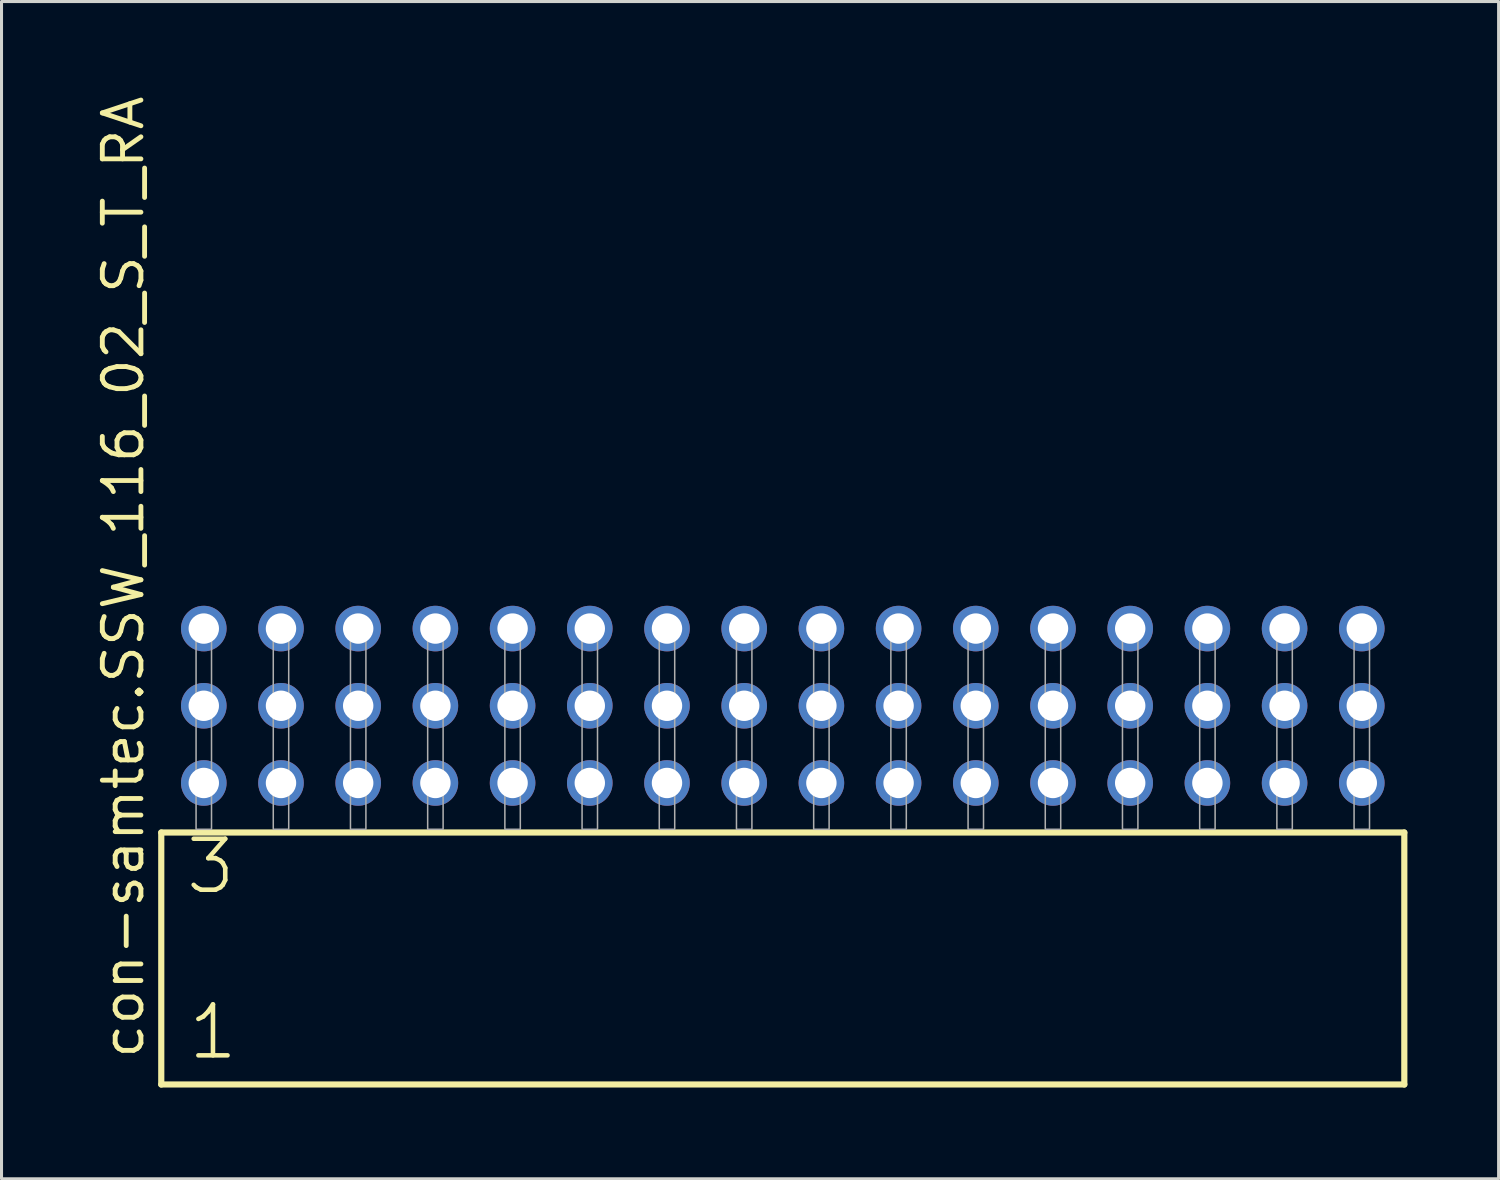
<source format=kicad_pcb>
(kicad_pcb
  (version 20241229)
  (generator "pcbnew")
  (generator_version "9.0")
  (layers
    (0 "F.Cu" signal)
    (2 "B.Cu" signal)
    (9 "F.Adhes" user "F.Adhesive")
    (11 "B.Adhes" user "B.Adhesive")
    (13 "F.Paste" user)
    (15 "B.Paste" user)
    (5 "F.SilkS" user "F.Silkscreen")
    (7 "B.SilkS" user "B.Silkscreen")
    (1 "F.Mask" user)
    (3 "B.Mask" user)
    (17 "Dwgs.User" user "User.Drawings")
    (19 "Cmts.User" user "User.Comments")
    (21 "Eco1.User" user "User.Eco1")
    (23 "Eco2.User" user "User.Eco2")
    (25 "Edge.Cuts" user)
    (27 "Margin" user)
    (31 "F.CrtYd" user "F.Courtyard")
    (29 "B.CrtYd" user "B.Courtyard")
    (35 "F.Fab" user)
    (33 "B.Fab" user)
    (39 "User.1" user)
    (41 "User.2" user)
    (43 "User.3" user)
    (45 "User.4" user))
  (footprint "con-samtec.SSW_116_02_S_T_RA"
    (layer "F.Cu")
    (at 22.705 24.235)
    (property "Reference" "con-samtec.SSW_116_02_S_T_RA" (at -20.955 7.62 90) (layer "F.SilkS") (effects (font (size 1.27 1.27) (thickness 0.16)) (justify left bottom)))
    (attr through_hole)
    (fp_line (start -20.449 0.106) (end -20.449 8.396) (stroke (width 0.203) (type default)) (layer "F.SilkS"))
    (fp_line (start -20.449 8.396) (end 20.449 8.396) (stroke (width 0.203) (type default)) (layer "F.SilkS"))
    (fp_line (start 20.449 0.106) (end -20.449 0.106) (stroke (width 0.203) (type default)) (layer "F.SilkS"))
    (fp_line (start 20.449 8.396) (end 20.449 0.106) (stroke (width 0.203) (type default)) (layer "F.SilkS"))
    (fp_rect (start -19.304 0) (end -18.796 -6.858) (stroke (width 0.05) (type default)) (fill no) (layer "F.Fab"))
    (fp_rect (start -16.764 0) (end -16.256 -6.858) (stroke (width 0.05) (type default)) (fill no) (layer "F.Fab"))
    (fp_rect (start -14.224 0) (end -13.716 -6.858) (stroke (width 0.05) (type default)) (fill no) (layer "F.Fab"))
    (fp_rect (start -11.684 0) (end -11.176 -6.858) (stroke (width 0.05) (type default)) (fill no) (layer "F.Fab"))
    (fp_rect (start -9.144 0) (end -8.636 -6.858) (stroke (width 0.05) (type default)) (fill no) (layer "F.Fab"))
    (fp_rect (start -6.604 0) (end -6.096 -6.858) (stroke (width 0.05) (type default)) (fill no) (layer "F.Fab"))
    (fp_rect (start -4.064 0) (end -3.556 -6.858) (stroke (width 0.05) (type default)) (fill no) (layer "F.Fab"))
    (fp_rect (start -1.524 0) (end -1.016 -6.858) (stroke (width 0.05) (type default)) (fill no) (layer "F.Fab"))
    (fp_rect (start 1.016 0) (end 1.524 -6.858) (stroke (width 0.05) (type default)) (fill no) (layer "F.Fab"))
    (fp_rect (start 3.556 0) (end 4.064 -6.858) (stroke (width 0.05) (type default)) (fill no) (layer "F.Fab"))
    (fp_rect (start 6.096 0) (end 6.604 -6.858) (stroke (width 0.05) (type default)) (fill no) (layer "F.Fab"))
    (fp_rect (start 8.636 0) (end 9.144 -6.858) (stroke (width 0.05) (type default)) (fill no) (layer "F.Fab"))
    (fp_rect (start 11.176 0) (end 11.684 -6.858) (stroke (width 0.05) (type default)) (fill no) (layer "F.Fab"))
    (fp_rect (start 13.716 0) (end 14.224 -6.858) (stroke (width 0.05) (type default)) (fill no) (layer "F.Fab"))
    (fp_rect (start 16.256 0) (end 16.764 -6.858) (stroke (width 0.05) (type default)) (fill no) (layer "F.Fab"))
    (fp_rect (start 18.796 0) (end 19.304 -6.858) (stroke (width 0.05) (type default)) (fill no) (layer "F.Fab"))
    (fp_text user "1" (at -19.645 7.65 0) (layer "F.SilkS") (effects (font (size 1.676 1.676) (thickness 0.15)) (justify left bottom)))
    (fp_text user "3" (at -19.72 2.2 0) (layer "F.SilkS") (effects (font (size 1.676 1.676) (thickness 0.15)) (justify left bottom)))
    (pad "1" thru_hole circle (at -19.05 -1.524) (size 1.5 1.5) (drill 1) (layers "*.Cu" "*.Mask"))
    (pad "2" thru_hole circle (at -19.05 -4.064) (size 1.5 1.5) (drill 1) (layers "*.Cu" "*.Mask"))
    (pad "3" thru_hole circle (at -19.05 -6.604) (size 1.5 1.5) (drill 1) (layers "*.Cu" "*.Mask"))
    (pad "4" thru_hole circle (at -16.51 -1.524) (size 1.5 1.5) (drill 1) (layers "*.Cu" "*.Mask"))
    (pad "5" thru_hole circle (at -16.51 -4.064) (size 1.5 1.5) (drill 1) (layers "*.Cu" "*.Mask"))
    (pad "6" thru_hole circle (at -16.51 -6.604) (size 1.5 1.5) (drill 1) (layers "*.Cu" "*.Mask"))
    (pad "7" thru_hole circle (at -13.97 -1.524) (size 1.5 1.5) (drill 1) (layers "*.Cu" "*.Mask"))
    (pad "8" thru_hole circle (at -13.97 -4.064) (size 1.5 1.5) (drill 1) (layers "*.Cu" "*.Mask"))
    (pad "9" thru_hole circle (at -13.97 -6.604) (size 1.5 1.5) (drill 1) (layers "*.Cu" "*.Mask"))
    (pad "10" thru_hole circle (at -11.43 -1.524) (size 1.5 1.5) (drill 1) (layers "*.Cu" "*.Mask"))
    (pad "11" thru_hole circle (at -11.43 -4.064) (size 1.5 1.5) (drill 1) (layers "*.Cu" "*.Mask"))
    (pad "12" thru_hole circle (at -11.43 -6.604) (size 1.5 1.5) (drill 1) (layers "*.Cu" "*.Mask"))
    (pad "13" thru_hole circle (at -8.89 -1.524) (size 1.5 1.5) (drill 1) (layers "*.Cu" "*.Mask"))
    (pad "14" thru_hole circle (at -8.89 -4.064) (size 1.5 1.5) (drill 1) (layers "*.Cu" "*.Mask"))
    (pad "15" thru_hole circle (at -8.89 -6.604) (size 1.5 1.5) (drill 1) (layers "*.Cu" "*.Mask"))
    (pad "16" thru_hole circle (at -6.35 -1.524) (size 1.5 1.5) (drill 1) (layers "*.Cu" "*.Mask"))
    (pad "17" thru_hole circle (at -6.35 -4.064) (size 1.5 1.5) (drill 1) (layers "*.Cu" "*.Mask"))
    (pad "18" thru_hole circle (at -6.35 -6.604) (size 1.5 1.5) (drill 1) (layers "*.Cu" "*.Mask"))
    (pad "19" thru_hole circle (at -3.81 -1.524) (size 1.5 1.5) (drill 1) (layers "*.Cu" "*.Mask"))
    (pad "20" thru_hole circle (at -3.81 -4.064) (size 1.5 1.5) (drill 1) (layers "*.Cu" "*.Mask"))
    (pad "21" thru_hole circle (at -3.81 -6.604) (size 1.5 1.5) (drill 1) (layers "*.Cu" "*.Mask"))
    (pad "22" thru_hole circle (at -1.27 -1.524) (size 1.5 1.5) (drill 1) (layers "*.Cu" "*.Mask"))
    (pad "23" thru_hole circle (at -1.27 -4.064) (size 1.5 1.5) (drill 1) (layers "*.Cu" "*.Mask"))
    (pad "24" thru_hole circle (at -1.27 -6.604) (size 1.5 1.5) (drill 1) (layers "*.Cu" "*.Mask"))
    (pad "25" thru_hole circle (at 1.27 -1.524) (size 1.5 1.5) (drill 1) (layers "*.Cu" "*.Mask"))
    (pad "26" thru_hole circle (at 1.27 -4.064) (size 1.5 1.5) (drill 1) (layers "*.Cu" "*.Mask"))
    (pad "27" thru_hole circle (at 1.27 -6.604) (size 1.5 1.5) (drill 1) (layers "*.Cu" "*.Mask"))
    (pad "28" thru_hole circle (at 3.81 -1.524) (size 1.5 1.5) (drill 1) (layers "*.Cu" "*.Mask"))
    (pad "29" thru_hole circle (at 3.81 -4.064) (size 1.5 1.5) (drill 1) (layers "*.Cu" "*.Mask"))
    (pad "30" thru_hole circle (at 3.81 -6.604) (size 1.5 1.5) (drill 1) (layers "*.Cu" "*.Mask"))
    (pad "31" thru_hole circle (at 6.35 -1.524) (size 1.5 1.5) (drill 1) (layers "*.Cu" "*.Mask"))
    (pad "32" thru_hole circle (at 6.35 -4.064) (size 1.5 1.5) (drill 1) (layers "*.Cu" "*.Mask"))
    (pad "33" thru_hole circle (at 6.35 -6.604) (size 1.5 1.5) (drill 1) (layers "*.Cu" "*.Mask"))
    (pad "34" thru_hole circle (at 8.89 -1.524) (size 1.5 1.5) (drill 1) (layers "*.Cu" "*.Mask"))
    (pad "35" thru_hole circle (at 8.89 -4.064) (size 1.5 1.5) (drill 1) (layers "*.Cu" "*.Mask"))
    (pad "36" thru_hole circle (at 8.89 -6.604) (size 1.5 1.5) (drill 1) (layers "*.Cu" "*.Mask"))
    (pad "37" thru_hole circle (at 11.43 -1.524) (size 1.5 1.5) (drill 1) (layers "*.Cu" "*.Mask"))
    (pad "38" thru_hole circle (at 11.43 -4.064) (size 1.5 1.5) (drill 1) (layers "*.Cu" "*.Mask"))
    (pad "39" thru_hole circle (at 11.43 -6.604) (size 1.5 1.5) (drill 1) (layers "*.Cu" "*.Mask"))
    (pad "40" thru_hole circle (at 13.97 -1.524) (size 1.5 1.5) (drill 1) (layers "*.Cu" "*.Mask"))
    (pad "41" thru_hole circle (at 13.97 -4.064) (size 1.5 1.5) (drill 1) (layers "*.Cu" "*.Mask"))
    (pad "42" thru_hole circle (at 13.97 -6.604) (size 1.5 1.5) (drill 1) (layers "*.Cu" "*.Mask"))
    (pad "43" thru_hole circle (at 16.51 -1.524) (size 1.5 1.5) (drill 1) (layers "*.Cu" "*.Mask"))
    (pad "44" thru_hole circle (at 16.51 -4.064) (size 1.5 1.5) (drill 1) (layers "*.Cu" "*.Mask"))
    (pad "45" thru_hole circle (at 16.51 -6.604) (size 1.5 1.5) (drill 1) (layers "*.Cu" "*.Mask"))
    (pad "46" thru_hole circle (at 19.05 -1.524) (size 1.5 1.5) (drill 1) (layers "*.Cu" "*.Mask"))
    (pad "47" thru_hole circle (at 19.05 -4.064) (size 1.5 1.5) (drill 1) (layers "*.Cu" "*.Mask"))
    (pad "48" thru_hole circle (at 19.05 -6.604) (size 1.5 1.5) (drill 1) (layers "*.Cu" "*.Mask")))
  (gr_rect
    (start -3 -3)
    (end 46.256 35.733)
    (stroke (width 0.1) (type default))
    (fill no)
    (layer "Edge.Cuts")))
</source>
